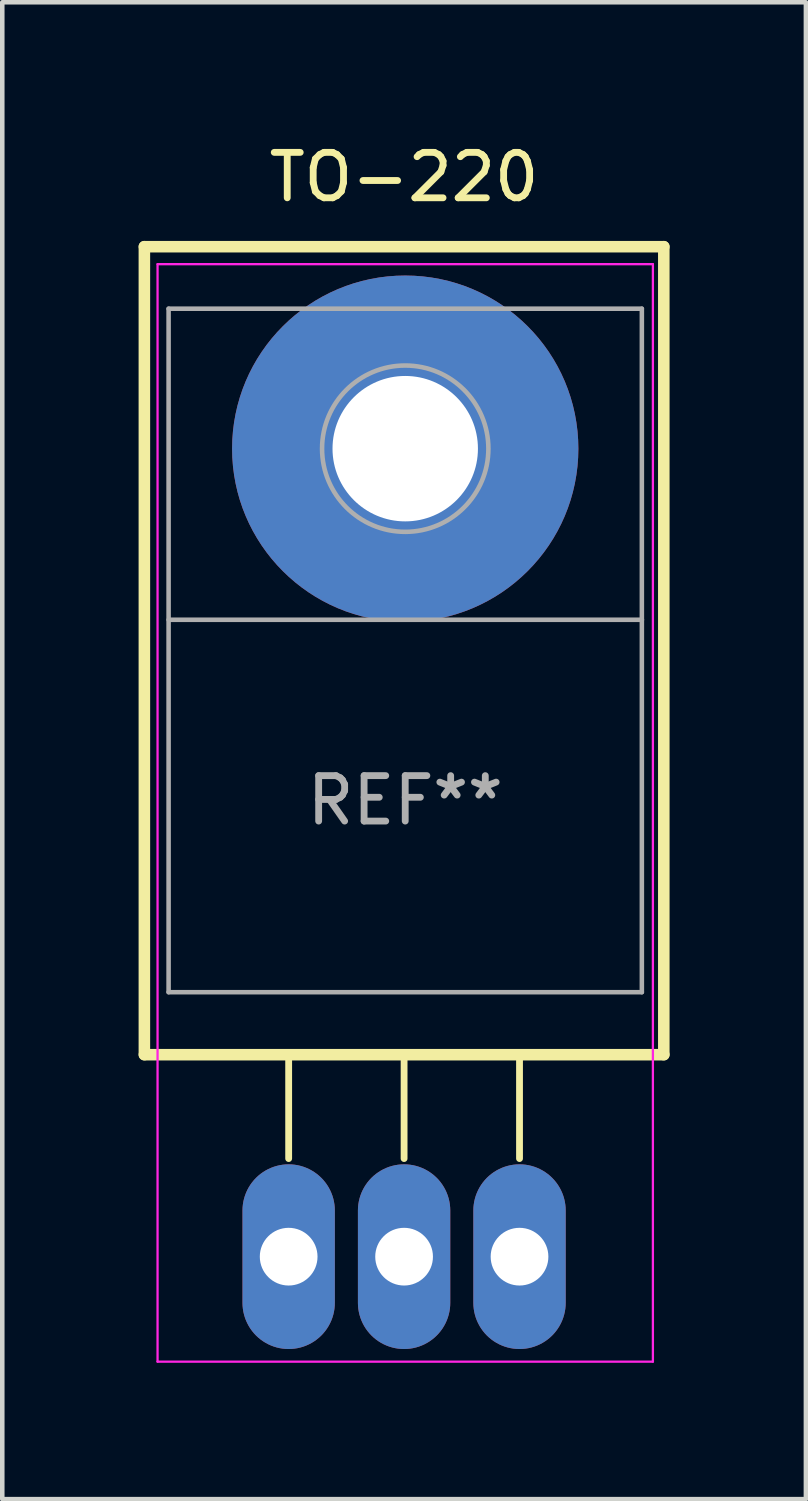
<source format=kicad_pcb>
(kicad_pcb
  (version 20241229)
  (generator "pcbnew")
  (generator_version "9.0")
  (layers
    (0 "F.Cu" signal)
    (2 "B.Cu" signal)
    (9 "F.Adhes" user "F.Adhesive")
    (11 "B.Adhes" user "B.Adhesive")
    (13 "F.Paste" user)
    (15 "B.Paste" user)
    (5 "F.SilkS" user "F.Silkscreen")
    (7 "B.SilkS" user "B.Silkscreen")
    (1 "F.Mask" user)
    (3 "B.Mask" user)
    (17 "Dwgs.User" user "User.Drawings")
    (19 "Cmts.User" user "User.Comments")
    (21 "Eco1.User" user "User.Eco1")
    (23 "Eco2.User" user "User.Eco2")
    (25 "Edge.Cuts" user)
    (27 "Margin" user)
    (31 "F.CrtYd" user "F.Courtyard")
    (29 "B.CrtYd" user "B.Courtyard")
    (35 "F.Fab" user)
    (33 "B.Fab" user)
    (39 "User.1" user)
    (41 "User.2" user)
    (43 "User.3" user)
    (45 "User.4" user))
  (footprint "TO-220"
    (layer "F.Cu")
    (at 5.867 11.263)
    (property "Reference" "TO-220" (at -0.025 -10.415 0) (layer "F.SilkS") (effects (font (size 1 1) (thickness 0.15))))
    (attr exclude_from_pos_files exclude_from_bom)
    (fp_line (start -5.74 -8.885) (end 5.69 -8.885) (stroke (width 0.254) (type solid)) (layer "F.SilkS"))
    (fp_line (start -5.74 8.895) (end -5.74 -8.885) (stroke (width 0.254) (type solid)) (layer "F.SilkS"))
    (fp_line (start -2.565 8.895) (end -2.565 11.181) (stroke (width 0.15) (type solid)) (layer "F.SilkS"))
    (fp_line (start -0.025 8.895) (end -0.025 11.181) (stroke (width 0.15) (type solid)) (layer "F.SilkS"))
    (fp_line (start 2.515 8.895) (end 2.515 11.181) (stroke (width 0.15) (type solid)) (layer "F.SilkS"))
    (fp_line (start 5.69 -8.885) (end 5.69 8.895) (stroke (width 0.254) (type solid)) (layer "F.SilkS"))
    (fp_line (start 5.69 8.895) (end -5.74 8.895) (stroke (width 0.254) (type solid)) (layer "F.SilkS"))
    (fp_line (start -5.45 -8.5) (end 5.45 -8.5) (stroke (width 0.05) (type solid)) (layer "F.CrtYd"))
    (fp_line (start -5.45 15.65) (end -5.45 -8.5) (stroke (width 0.05) (type solid)) (layer "F.CrtYd"))
    (fp_line (start 5.45 -8.5) (end 5.45 15.65) (stroke (width 0.05) (type solid)) (layer "F.CrtYd"))
    (fp_line (start 5.45 15.65) (end -5.45 15.65) (stroke (width 0.05) (type solid)) (layer "F.CrtYd"))
    (fp_line (start -5.207 -7.52) (end -5.207 7.52) (stroke (width 0.1) (type solid)) (layer "F.Fab"))
    (fp_line (start -5.207 -7.52) (end 5.207 -7.52) (stroke (width 0.1) (type solid)) (layer "F.Fab"))
    (fp_line (start -5.207 -0.675) (end 5.207 -0.675) (stroke (width 0.1) (type solid)) (layer "F.Fab"))
    (fp_line (start -5.207 7.52) (end 5.207 7.52) (stroke (width 0.1) (type solid)) (layer "F.Fab"))
    (fp_line (start 5.207 -7.52) (end 5.207 -0.675) (stroke (width 0.1) (type solid)) (layer "F.Fab"))
    (fp_line (start 5.207 -0.675) (end 5.207 7.52) (stroke (width 0.1) (type solid)) (layer "F.Fab"))
    (fp_circle (center 0 -4.44) (end 1.83 -4.44) (stroke (width 0.1) (type solid)) (fill no) (layer "F.Fab"))
    (fp_text user "REF**" (at 0 3.3 0) (layer "F.Fab") (effects (font (size 1 1) (thickness 0.15))))
    (pad "1" thru_hole oval (at -2.565 13.34 180) (size 2.032 4.064) (drill 1.27) (layers "*.Cu" "*.Mask"))
    (pad "2" thru_hole oval (at -0.025 13.34 180) (size 2.032 4.064) (drill 1.27) (layers "*.Cu" "*.Mask"))
    (pad "3" thru_hole oval (at 2.515 13.34 180) (size 2.032 4.064) (drill 1.27) (layers "*.Cu" "*.Mask"))
    (pad "HEAT" thru_hole circle (at 0 -4.44 180) (size 7.62 7.62) (drill 3.2) (layers "*.Cu" "*.Mask")))
  (gr_rect
    (start -3 -3)
    (end 14.684 29.938)
    (stroke (width 0.1) (type default))
    (fill no)
    (layer "Edge.Cuts")))
</source>
